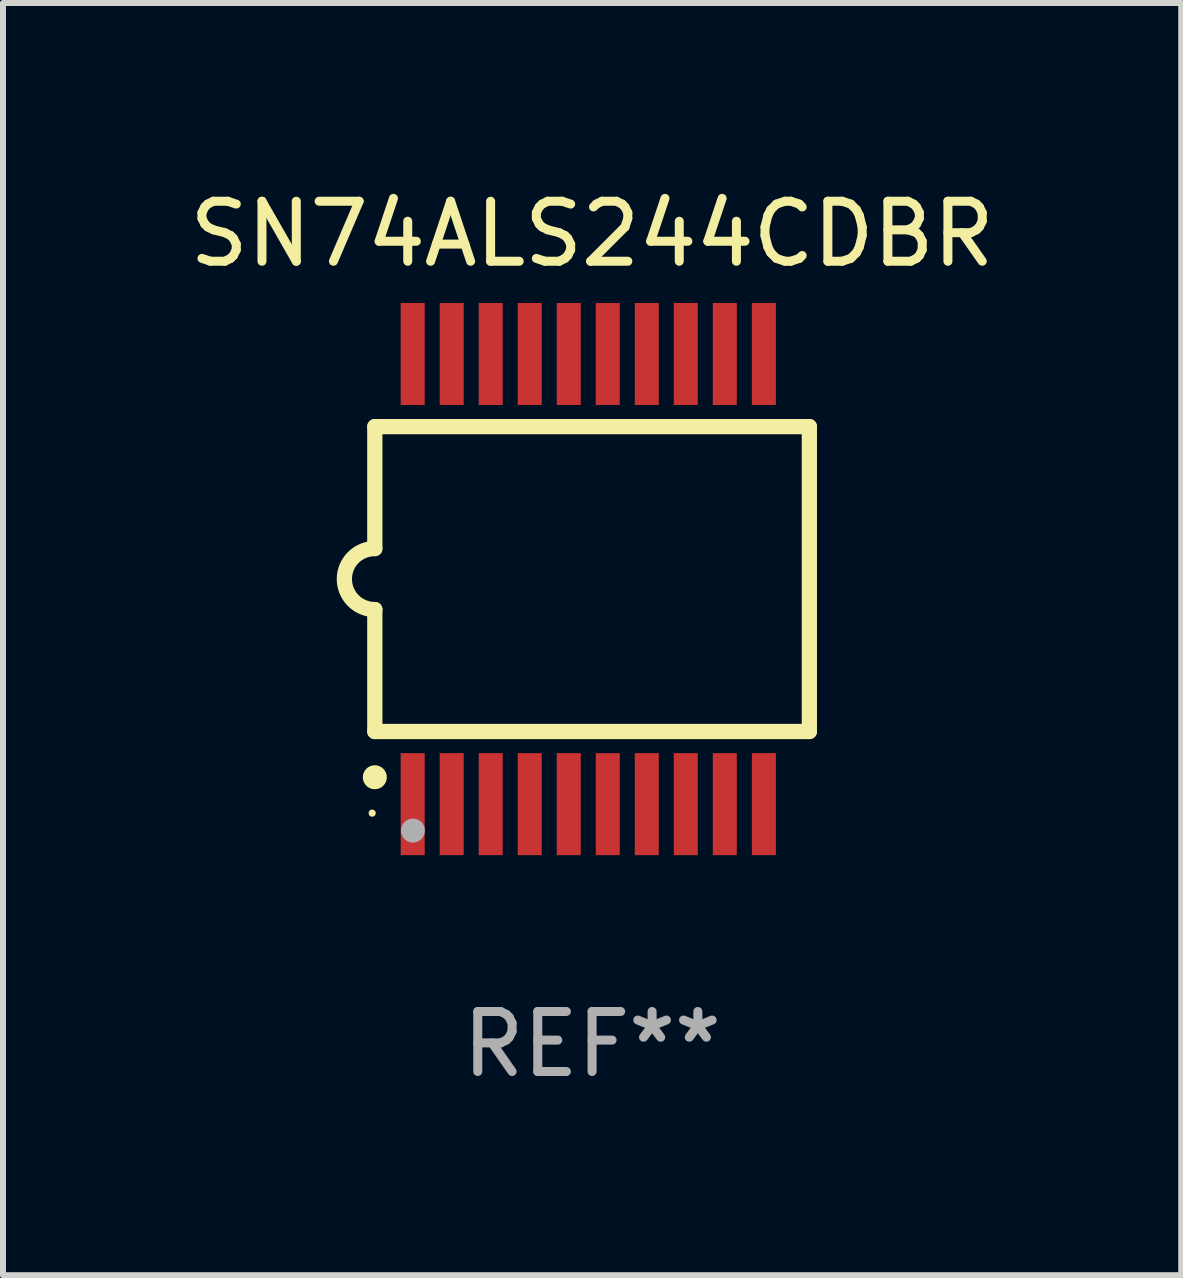
<source format=kicad_pcb>
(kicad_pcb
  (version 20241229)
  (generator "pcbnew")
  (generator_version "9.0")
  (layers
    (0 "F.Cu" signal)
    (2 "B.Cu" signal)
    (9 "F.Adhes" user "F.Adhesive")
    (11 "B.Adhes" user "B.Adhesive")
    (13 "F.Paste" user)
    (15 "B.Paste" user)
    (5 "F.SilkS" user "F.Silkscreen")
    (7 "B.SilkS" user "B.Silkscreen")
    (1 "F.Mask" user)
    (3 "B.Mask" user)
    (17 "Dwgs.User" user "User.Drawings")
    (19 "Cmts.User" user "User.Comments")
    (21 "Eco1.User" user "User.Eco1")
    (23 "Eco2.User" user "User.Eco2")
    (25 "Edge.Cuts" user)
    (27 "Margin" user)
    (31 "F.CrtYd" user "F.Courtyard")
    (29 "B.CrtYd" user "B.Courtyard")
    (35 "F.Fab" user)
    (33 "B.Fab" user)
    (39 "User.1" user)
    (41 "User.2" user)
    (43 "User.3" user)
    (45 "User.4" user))
  (footprint "SN74ALS244CDBR"
    (layer "F.Cu")
    (at 6.815 6.598)
    (property "Reference" "SN74ALS244CDBR" (at 0 -5.75 0) (layer "F.SilkS") (effects (font (size 1 1) (thickness 0.15))))
    (attr through_hole)
    (fp_line (start -3.62 -2.54) (end 3.62 -2.54) (stroke (width 0.254) (type solid)) (layer "F.SilkS"))
    (fp_line (start -3.62 -0.508) (end -3.62 -2.54) (stroke (width 0.254) (type solid)) (layer "F.SilkS"))
    (fp_line (start -3.62 2.54) (end -3.62 0.508) (stroke (width 0.254) (type solid)) (layer "F.SilkS"))
    (fp_line (start 3.62 -2.54) (end 3.62 2.54) (stroke (width 0.254) (type solid)) (layer "F.SilkS"))
    (fp_line (start 3.62 2.54) (end -3.62 2.54) (stroke (width 0.254) (type solid)) (layer "F.SilkS"))
    (fp_arc (start -3.619507 0.508052) (mid -4.125607 0.000051) (end -3.619507 -0.50795) (stroke (width 0.254001) (type solid)) (layer "F.SilkS"))
    (fp_circle (center -3.664 3.9) (end -3.634 3.9) (stroke (width 0.06) (type solid)) (fill no) (layer "F.SilkS"))
    (fp_circle (center -3.62 3.302) (end -3.52 3.302) (stroke (width 0.2) (type solid)) (fill no) (layer "F.SilkS"))
    (fp_circle (center -2.985 4.191) (end -2.885 4.191) (stroke (width 0.2) (type solid)) (fill no) (layer "F.Fab"))
    (fp_text user "REF**" (at 0 7.75 0) (layer "F.Fab") (effects (font (size 1 1) (thickness 0.15))))
    (pad "1" smd rect (at -2.989 3.75) (size 0.4 1.7) (layers "F.Cu" "F.Mask" "F.Paste"))
    (pad "2" smd rect (at -2.339 3.75) (size 0.4 1.7) (layers "F.Cu" "F.Mask" "F.Paste"))
    (pad "3" smd rect (at -1.689 3.75) (size 0.4 1.7) (layers "F.Cu" "F.Mask" "F.Paste"))
    (pad "4" smd rect (at -1.039 3.75) (size 0.4 1.7) (layers "F.Cu" "F.Mask" "F.Paste"))
    (pad "5" smd rect (at -0.389 3.75) (size 0.4 1.7) (layers "F.Cu" "F.Mask" "F.Paste"))
    (pad "6" smd rect (at 0.261 3.75) (size 0.4 1.7) (layers "F.Cu" "F.Mask" "F.Paste"))
    (pad "7" smd rect (at 0.911 3.75) (size 0.4 1.7) (layers "F.Cu" "F.Mask" "F.Paste"))
    (pad "8" smd rect (at 1.561 3.75) (size 0.4 1.7) (layers "F.Cu" "F.Mask" "F.Paste"))
    (pad "9" smd rect (at 2.211 3.75) (size 0.4 1.7) (layers "F.Cu" "F.Mask" "F.Paste"))
    (pad "10" smd rect (at 2.862 3.75) (size 0.4 1.7) (layers "F.Cu" "F.Mask" "F.Paste"))
    (pad "11" smd rect (at 2.862 -3.75) (size 0.4 1.7) (layers "F.Cu" "F.Mask" "F.Paste"))
    (pad "12" smd rect (at 2.211 -3.75) (size 0.4 1.7) (layers "F.Cu" "F.Mask" "F.Paste"))
    (pad "13" smd rect (at 1.561 -3.75) (size 0.4 1.7) (layers "F.Cu" "F.Mask" "F.Paste"))
    (pad "14" smd rect (at 0.911 -3.75) (size 0.4 1.7) (layers "F.Cu" "F.Mask" "F.Paste"))
    (pad "15" smd rect (at 0.261 -3.75) (size 0.4 1.7) (layers "F.Cu" "F.Mask" "F.Paste"))
    (pad "16" smd rect (at -0.389 -3.75) (size 0.4 1.7) (layers "F.Cu" "F.Mask" "F.Paste"))
    (pad "17" smd rect (at -1.039 -3.75) (size 0.4 1.7) (layers "F.Cu" "F.Mask" "F.Paste"))
    (pad "18" smd rect (at -1.689 -3.75) (size 0.4 1.7) (layers "F.Cu" "F.Mask" "F.Paste"))
    (pad "19" smd rect (at -2.339 -3.75) (size 0.4 1.7) (layers "F.Cu" "F.Mask" "F.Paste"))
    (pad "20" smd rect (at -2.989 -3.75) (size 0.4 1.7) (layers "F.Cu" "F.Mask" "F.Paste")))
  (gr_rect
    (start -3 -3)
    (end 16.631 18.197)
    (stroke (width 0.1) (type default))
    (fill no)
    (layer "Edge.Cuts")))
</source>
